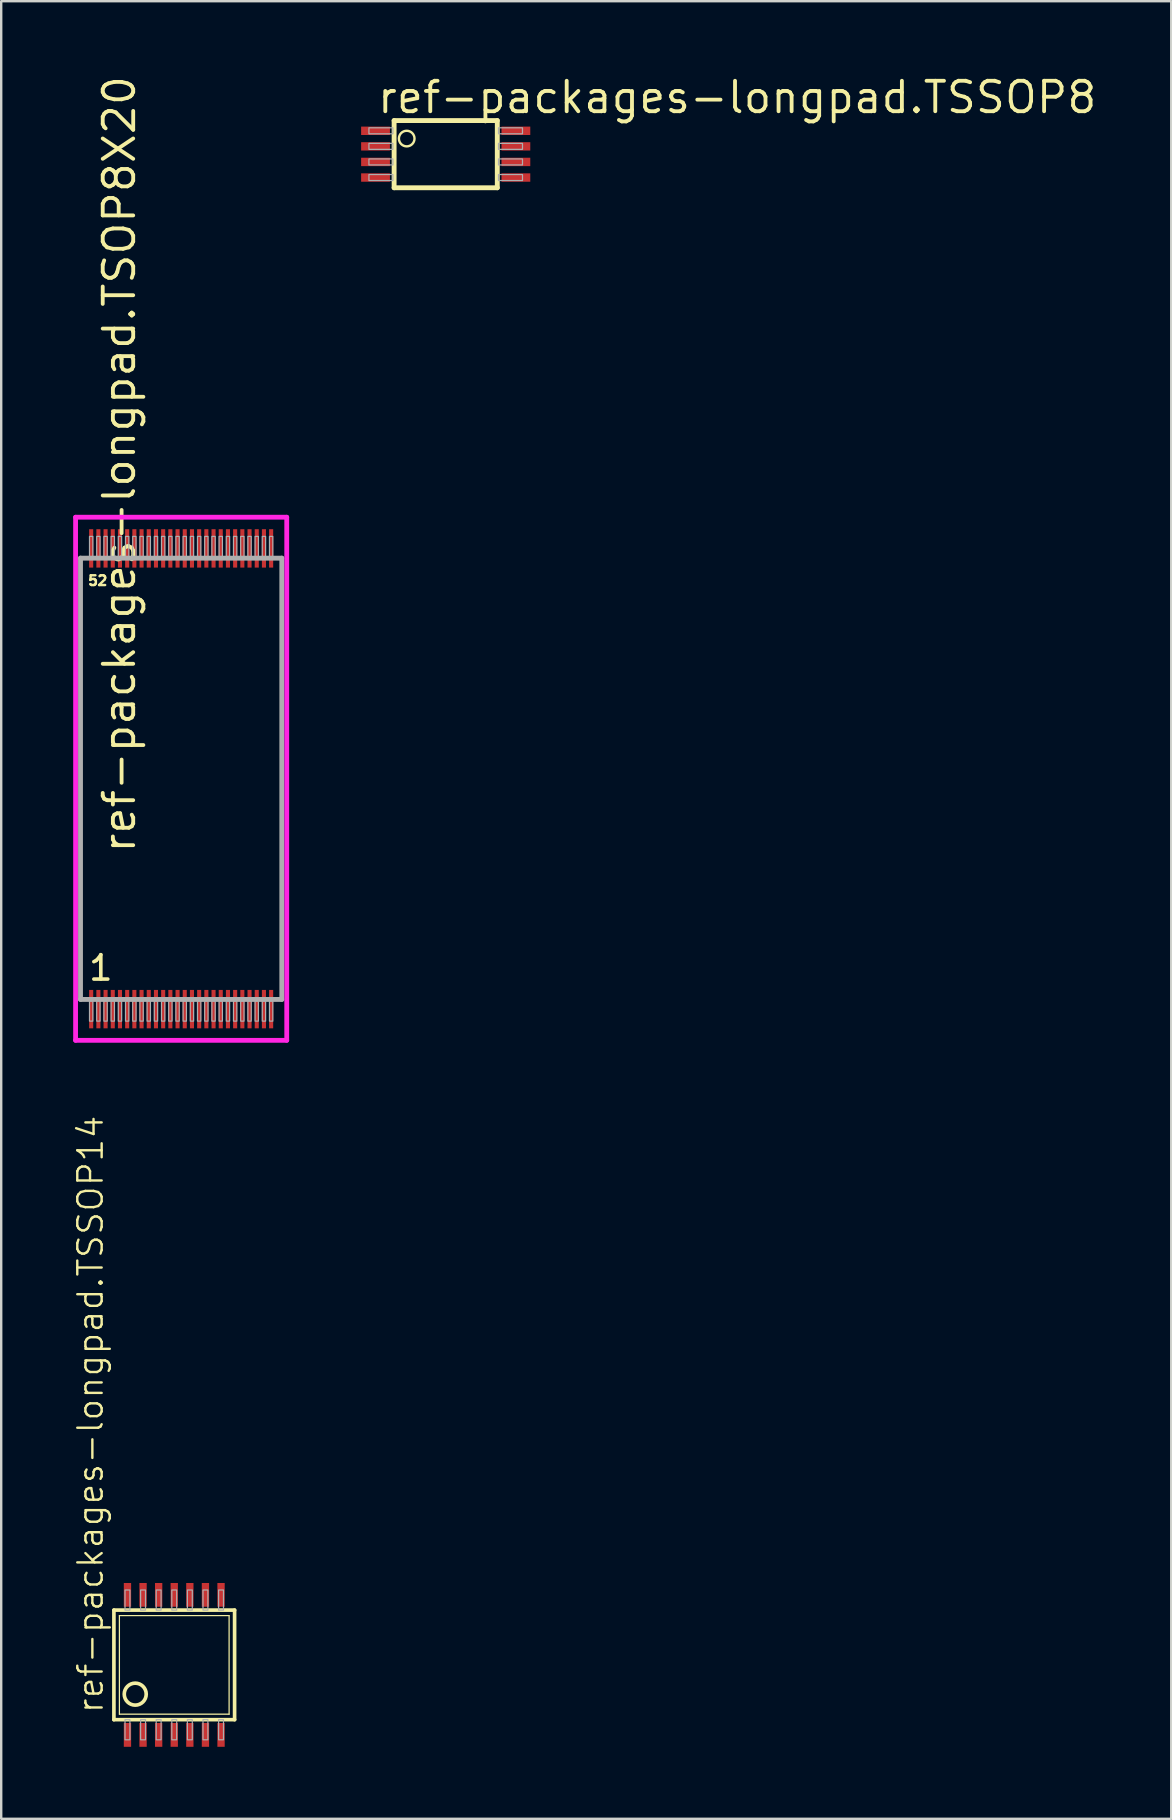
<source format=kicad_pcb>
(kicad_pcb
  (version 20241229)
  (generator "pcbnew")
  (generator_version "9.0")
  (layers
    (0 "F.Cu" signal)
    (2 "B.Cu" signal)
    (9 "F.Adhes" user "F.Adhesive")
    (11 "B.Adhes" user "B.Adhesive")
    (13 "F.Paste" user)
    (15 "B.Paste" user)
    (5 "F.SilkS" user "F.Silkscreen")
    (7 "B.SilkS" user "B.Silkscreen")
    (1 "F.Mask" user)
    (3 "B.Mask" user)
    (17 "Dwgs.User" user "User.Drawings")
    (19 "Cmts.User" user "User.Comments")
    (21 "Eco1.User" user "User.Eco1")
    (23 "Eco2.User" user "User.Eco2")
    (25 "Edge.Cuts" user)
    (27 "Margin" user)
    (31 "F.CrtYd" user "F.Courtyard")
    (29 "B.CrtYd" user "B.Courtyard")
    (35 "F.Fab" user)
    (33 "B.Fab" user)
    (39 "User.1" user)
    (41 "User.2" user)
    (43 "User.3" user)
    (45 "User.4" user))
  (footprint "ref-packages-longpad.TSSOP14"
    (layer "F.Cu")
    (at 4.212 66.336)
    (property "Reference" "ref-packages-longpad.TSSOP14" (at -2.896 2.083 90) (layer "F.SilkS") (effects (font (size 1.016 1.016) (thickness 0.1)) (justify left bottom)))
    (attr smd)
    (fp_line (start -2.515 2.283) (end -2.515 -2.283) (stroke (width 0.152) (type default)) (layer "F.SilkS"))
    (fp_line (start -2.515 2.283) (end 2.515 2.283) (stroke (width 0.152) (type default)) (layer "F.SilkS"))
    (fp_line (start -2.286 2.054) (end -2.286 -2.054) (stroke (width 0.051) (type default)) (layer "F.SilkS"))
    (fp_line (start -2.286 2.054) (end 2.286 2.054) (stroke (width 0.051) (type default)) (layer "F.SilkS"))
    (fp_line (start 2.286 -2.054) (end -2.286 -2.054) (stroke (width 0.051) (type default)) (layer "F.SilkS"))
    (fp_line (start 2.286 -2.054) (end 2.286 2.054) (stroke (width 0.051) (type default)) (layer "F.SilkS"))
    (fp_line (start 2.515 -2.283) (end -2.515 -2.283) (stroke (width 0.152) (type default)) (layer "F.SilkS"))
    (fp_line (start 2.515 -2.283) (end 2.515 2.283) (stroke (width 0.152) (type default)) (layer "F.SilkS"))
    (fp_circle (center -1.626 1.219) (end -1.168 1.219) (stroke (width 0.152) (type default)) (fill no) (layer "F.SilkS"))
    (fp_rect (start -2.052 -2.283) (end -1.848 -3.121) (stroke (width 0.05) (type default)) (fill no) (layer "F.Fab"))
    (fp_rect (start -2.052 3.121) (end -1.848 2.283) (stroke (width 0.05) (type default)) (fill no) (layer "F.Fab"))
    (fp_rect (start -1.402 -2.283) (end -1.198 -3.121) (stroke (width 0.05) (type default)) (fill no) (layer "F.Fab"))
    (fp_rect (start -1.402 3.121) (end -1.198 2.283) (stroke (width 0.05) (type default)) (fill no) (layer "F.Fab"))
    (fp_rect (start -0.752 -2.283) (end -0.548 -3.121) (stroke (width 0.05) (type default)) (fill no) (layer "F.Fab"))
    (fp_rect (start -0.752 3.121) (end -0.548 2.283) (stroke (width 0.05) (type default)) (fill no) (layer "F.Fab"))
    (fp_rect (start -0.102 -2.283) (end 0.102 -3.121) (stroke (width 0.05) (type default)) (fill no) (layer "F.Fab"))
    (fp_rect (start -0.102 3.121) (end 0.102 2.283) (stroke (width 0.05) (type default)) (fill no) (layer "F.Fab"))
    (fp_rect (start 0.548 -2.283) (end 0.752 -3.121) (stroke (width 0.05) (type default)) (fill no) (layer "F.Fab"))
    (fp_rect (start 0.548 3.121) (end 0.752 2.283) (stroke (width 0.05) (type default)) (fill no) (layer "F.Fab"))
    (fp_rect (start 1.198 -2.283) (end 1.402 -3.121) (stroke (width 0.05) (type default)) (fill no) (layer "F.Fab"))
    (fp_rect (start 1.198 3.121) (end 1.402 2.283) (stroke (width 0.05) (type default)) (fill no) (layer "F.Fab"))
    (fp_rect (start 1.848 -2.283) (end 2.052 -3.121) (stroke (width 0.05) (type default)) (fill no) (layer "F.Fab"))
    (fp_rect (start 1.848 3.121) (end 2.052 2.283) (stroke (width 0.05) (type default)) (fill no) (layer "F.Fab"))
    (pad "1" smd roundrect (at -1.95 2.918) (size 0.305 0.991) (layers "F.Cu" "F.Mask" "F.Paste") (roundrect_rratio 0.01))
    (pad "2" smd roundrect (at -1.3 2.918) (size 0.305 0.991) (layers "F.Cu" "F.Mask" "F.Paste") (roundrect_rratio 0.01))
    (pad "3" smd roundrect (at -0.65 2.918) (size 0.305 0.991) (layers "F.Cu" "F.Mask" "F.Paste") (roundrect_rratio 0.01))
    (pad "4" smd roundrect (at 0 2.918) (size 0.305 0.991) (layers "F.Cu" "F.Mask" "F.Paste") (roundrect_rratio 0.01))
    (pad "5" smd roundrect (at 0.65 2.918) (size 0.305 0.991) (layers "F.Cu" "F.Mask" "F.Paste") (roundrect_rratio 0.01))
    (pad "6" smd roundrect (at 1.3 2.918) (size 0.305 0.991) (layers "F.Cu" "F.Mask" "F.Paste") (roundrect_rratio 0.01))
    (pad "7" smd roundrect (at 1.95 2.918) (size 0.305 0.991) (layers "F.Cu" "F.Mask" "F.Paste") (roundrect_rratio 0.01))
    (pad "8" smd roundrect (at 1.95 -2.918) (size 0.305 0.991) (layers "F.Cu" "F.Mask" "F.Paste") (roundrect_rratio 0.01))
    (pad "9" smd roundrect (at 1.3 -2.918) (size 0.305 0.991) (layers "F.Cu" "F.Mask" "F.Paste") (roundrect_rratio 0.01))
    (pad "10" smd roundrect (at 0.65 -2.918) (size 0.305 0.991) (layers "F.Cu" "F.Mask" "F.Paste") (roundrect_rratio 0.01))
    (pad "11" smd roundrect (at 0 -2.918) (size 0.305 0.991) (layers "F.Cu" "F.Mask" "F.Paste") (roundrect_rratio 0.01))
    (pad "12" smd roundrect (at -0.65 -2.918) (size 0.305 0.991) (layers "F.Cu" "F.Mask" "F.Paste") (roundrect_rratio 0.01))
    (pad "13" smd roundrect (at -1.3 -2.918) (size 0.305 0.991) (layers "F.Cu" "F.Mask" "F.Paste") (roundrect_rratio 0.01))
    (pad "14" smd roundrect (at -1.95 -2.918) (size 0.305 0.991) (layers "F.Cu" "F.Mask" "F.Paste") (roundrect_rratio 0.01)))
  (footprint "ref-packages-longpad.TSSOP8"
    (layer "F.Cu")
    (at 15.525 3.375)
    (property "Reference" "ref-packages-longpad.TSSOP8" (at -2.925 -1.625 0) (layer "F.SilkS") (effects (font (size 1.27 1.27) (thickness 0.16)) (justify left bottom)))
    (attr smd)
    (fp_line (start -2.15 -1.4) (end -2.15 1.4) (stroke (width 0.203) (type default)) (layer "F.SilkS"))
    (fp_line (start -2.15 1.4) (end 2.15 1.4) (stroke (width 0.203) (type default)) (layer "F.SilkS"))
    (fp_line (start 2.15 -1.4) (end -2.15 -1.4) (stroke (width 0.203) (type default)) (layer "F.SilkS"))
    (fp_line (start 2.15 1.4) (end 2.15 -1.4) (stroke (width 0.203) (type default)) (layer "F.SilkS"))
    (fp_circle (center -1.625 -0.65) (end -1.3 -0.65) (stroke (width 0.1) (type default)) (fill no) (layer "F.SilkS"))
    (fp_rect (start -3.2 -0.85) (end -2.2 -1.1) (stroke (width 0.05) (type default)) (fill no) (layer "F.Fab"))
    (fp_rect (start -3.2 -0.2) (end -2.2 -0.45) (stroke (width 0.05) (type default)) (fill no) (layer "F.Fab"))
    (fp_rect (start -3.2 0.45) (end -2.2 0.2) (stroke (width 0.05) (type default)) (fill no) (layer "F.Fab"))
    (fp_rect (start -3.2 1.1) (end -2.2 0.85) (stroke (width 0.05) (type default)) (fill no) (layer "F.Fab"))
    (fp_rect (start 2.2 -0.85) (end 3.2 -1.1) (stroke (width 0.05) (type default)) (fill no) (layer "F.Fab"))
    (fp_rect (start 2.2 -0.2) (end 3.2 -0.45) (stroke (width 0.05) (type default)) (fill no) (layer "F.Fab"))
    (fp_rect (start 2.2 0.45) (end 3.2 0.2) (stroke (width 0.05) (type default)) (fill no) (layer "F.Fab"))
    (fp_rect (start 2.2 1.1) (end 3.2 0.85) (stroke (width 0.05) (type default)) (fill no) (layer "F.Fab"))
    (pad "1" smd roundrect (at -2.925 -0.975) (size 1.2 0.35) (layers "F.Cu" "F.Mask" "F.Paste") (roundrect_rratio 0.01))
    (pad "2" smd roundrect (at -2.925 -0.325) (size 1.2 0.35) (layers "F.Cu" "F.Mask" "F.Paste") (roundrect_rratio 0.01))
    (pad "3" smd roundrect (at -2.925 0.325) (size 1.2 0.35) (layers "F.Cu" "F.Mask" "F.Paste") (roundrect_rratio 0.01))
    (pad "4" smd roundrect (at -2.925 0.975) (size 1.2 0.35) (layers "F.Cu" "F.Mask" "F.Paste") (roundrect_rratio 0.01))
    (pad "5" smd roundrect (at 2.925 0.975) (size 1.2 0.35) (layers "F.Cu" "F.Mask" "F.Paste") (roundrect_rratio 0.01))
    (pad "6" smd roundrect (at 2.925 0.325) (size 1.2 0.35) (layers "F.Cu" "F.Mask" "F.Paste") (roundrect_rratio 0.01))
    (pad "7" smd roundrect (at 2.925 -0.325) (size 1.2 0.35) (layers "F.Cu" "F.Mask" "F.Paste") (roundrect_rratio 0.01))
    (pad "8" smd roundrect (at 2.925 -0.975) (size 1.2 0.35) (layers "F.Cu" "F.Mask" "F.Paste") (roundrect_rratio 0.01)))
  (footprint "ref-packages-longpad.TSOP8X20"
    (layer "F.Cu")
    (at 4.5 29.406)
    (property "Reference" "ref-packages-longpad.TSOP8X20" (at -1.835 3.175 90) (layer "F.SilkS") (effects (font (size 1.27 1.27) (thickness 0.16)) (justify left bottom)))
    (attr smd)
    (fp_line (start -4.4 -10.9) (end 4.4 -10.9) (stroke (width 0.2) (type default)) (layer "F.CrtYd"))
    (fp_line (start -4.4 10.9) (end -4.4 -10.9) (stroke (width 0.2) (type default)) (layer "F.CrtYd"))
    (fp_line (start 4.4 -10.9) (end 4.4 10.9) (stroke (width 0.2) (type default)) (layer "F.CrtYd"))
    (fp_line (start 4.4 10.9) (end -4.4 10.9) (stroke (width 0.2) (type default)) (layer "F.CrtYd"))
    (fp_line (start -4.195 -9.195) (end 4.195 -9.195) (stroke (width 0.203) (type default)) (layer "F.Fab"))
    (fp_line (start -4.195 9.195) (end -4.195 -9.195) (stroke (width 0.203) (type default)) (layer "F.Fab"))
    (fp_line (start 4.195 -9.195) (end 4.195 9.195) (stroke (width 0.203) (type default)) (layer "F.Fab"))
    (fp_line (start 4.195 9.195) (end -4.195 9.195) (stroke (width 0.203) (type default)) (layer "F.Fab"))
    (fp_rect (start -3.82 -9.25) (end -3.68 -10.1) (stroke (width 0.05) (type default)) (fill no) (layer "F.Fab"))
    (fp_rect (start -3.82 10.1) (end -3.68 9.25) (stroke (width 0.05) (type default)) (fill no) (layer "F.Fab"))
    (fp_rect (start -3.52 -9.25) (end -3.38 -10.1) (stroke (width 0.05) (type default)) (fill no) (layer "F.Fab"))
    (fp_rect (start -3.52 10.1) (end -3.38 9.25) (stroke (width 0.05) (type default)) (fill no) (layer "F.Fab"))
    (fp_rect (start -3.22 -9.25) (end -3.08 -10.1) (stroke (width 0.05) (type default)) (fill no) (layer "F.Fab"))
    (fp_rect (start -3.22 10.1) (end -3.08 9.25) (stroke (width 0.05) (type default)) (fill no) (layer "F.Fab"))
    (fp_rect (start -2.92 -9.25) (end -2.78 -10.1) (stroke (width 0.05) (type default)) (fill no) (layer "F.Fab"))
    (fp_rect (start -2.92 10.1) (end -2.78 9.25) (stroke (width 0.05) (type default)) (fill no) (layer "F.Fab"))
    (fp_rect (start -2.62 -9.25) (end -2.48 -10.1) (stroke (width 0.05) (type default)) (fill no) (layer "F.Fab"))
    (fp_rect (start -2.62 10.1) (end -2.48 9.25) (stroke (width 0.05) (type default)) (fill no) (layer "F.Fab"))
    (fp_rect (start -2.32 -9.25) (end -2.18 -10.1) (stroke (width 0.05) (type default)) (fill no) (layer "F.Fab"))
    (fp_rect (start -2.32 10.1) (end -2.18 9.25) (stroke (width 0.05) (type default)) (fill no) (layer "F.Fab"))
    (fp_rect (start -2.02 -9.25) (end -1.88 -10.1) (stroke (width 0.05) (type default)) (fill no) (layer "F.Fab"))
    (fp_rect (start -2.02 10.1) (end -1.88 9.25) (stroke (width 0.05) (type default)) (fill no) (layer "F.Fab"))
    (fp_rect (start -1.72 -9.25) (end -1.58 -10.1) (stroke (width 0.05) (type default)) (fill no) (layer "F.Fab"))
    (fp_rect (start -1.72 10.1) (end -1.58 9.25) (stroke (width 0.05) (type default)) (fill no) (layer "F.Fab"))
    (fp_rect (start -1.42 -9.25) (end -1.28 -10.1) (stroke (width 0.05) (type default)) (fill no) (layer "F.Fab"))
    (fp_rect (start -1.42 10.1) (end -1.28 9.25) (stroke (width 0.05) (type default)) (fill no) (layer "F.Fab"))
    (fp_rect (start -1.12 -9.25) (end -0.98 -10.1) (stroke (width 0.05) (type default)) (fill no) (layer "F.Fab"))
    (fp_rect (start -1.12 10.1) (end -0.98 9.25) (stroke (width 0.05) (type default)) (fill no) (layer "F.Fab"))
    (fp_rect (start -0.82 -9.25) (end -0.68 -10.1) (stroke (width 0.05) (type default)) (fill no) (layer "F.Fab"))
    (fp_rect (start -0.82 10.1) (end -0.68 9.25) (stroke (width 0.05) (type default)) (fill no) (layer "F.Fab"))
    (fp_rect (start -0.52 -9.25) (end -0.38 -10.1) (stroke (width 0.05) (type default)) (fill no) (layer "F.Fab"))
    (fp_rect (start -0.52 10.1) (end -0.38 9.25) (stroke (width 0.05) (type default)) (fill no) (layer "F.Fab"))
    (fp_rect (start -0.22 -9.25) (end -0.08 -10.1) (stroke (width 0.05) (type default)) (fill no) (layer "F.Fab"))
    (fp_rect (start -0.22 10.1) (end -0.08 9.25) (stroke (width 0.05) (type default)) (fill no) (layer "F.Fab"))
    (fp_rect (start 0.08 -9.25) (end 0.22 -10.1) (stroke (width 0.05) (type default)) (fill no) (layer "F.Fab"))
    (fp_rect (start 0.08 10.1) (end 0.22 9.25) (stroke (width 0.05) (type default)) (fill no) (layer "F.Fab"))
    (fp_rect (start 0.38 -9.25) (end 0.52 -10.1) (stroke (width 0.05) (type default)) (fill no) (layer "F.Fab"))
    (fp_rect (start 0.38 10.1) (end 0.52 9.25) (stroke (width 0.05) (type default)) (fill no) (layer "F.Fab"))
    (fp_rect (start 0.68 -9.25) (end 0.82 -10.1) (stroke (width 0.05) (type default)) (fill no) (layer "F.Fab"))
    (fp_rect (start 0.68 10.1) (end 0.82 9.25) (stroke (width 0.05) (type default)) (fill no) (layer "F.Fab"))
    (fp_rect (start 0.98 -9.25) (end 1.12 -10.1) (stroke (width 0.05) (type default)) (fill no) (layer "F.Fab"))
    (fp_rect (start 0.98 10.1) (end 1.12 9.25) (stroke (width 0.05) (type default)) (fill no) (layer "F.Fab"))
    (fp_rect (start 1.28 -9.25) (end 1.42 -10.1) (stroke (width 0.05) (type default)) (fill no) (layer "F.Fab"))
    (fp_rect (start 1.28 10.1) (end 1.42 9.25) (stroke (width 0.05) (type default)) (fill no) (layer "F.Fab"))
    (fp_rect (start 1.58 -9.25) (end 1.72 -10.1) (stroke (width 0.05) (type default)) (fill no) (layer "F.Fab"))
    (fp_rect (start 1.58 10.1) (end 1.72 9.25) (stroke (width 0.05) (type default)) (fill no) (layer "F.Fab"))
    (fp_rect (start 1.88 -9.25) (end 2.02 -10.1) (stroke (width 0.05) (type default)) (fill no) (layer "F.Fab"))
    (fp_rect (start 1.88 10.1) (end 2.02 9.25) (stroke (width 0.05) (type default)) (fill no) (layer "F.Fab"))
    (fp_rect (start 2.18 -9.25) (end 2.32 -10.1) (stroke (width 0.05) (type default)) (fill no) (layer "F.Fab"))
    (fp_rect (start 2.18 10.1) (end 2.32 9.25) (stroke (width 0.05) (type default)) (fill no) (layer "F.Fab"))
    (fp_rect (start 2.48 -9.25) (end 2.62 -10.1) (stroke (width 0.05) (type default)) (fill no) (layer "F.Fab"))
    (fp_rect (start 2.48 10.1) (end 2.62 9.25) (stroke (width 0.05) (type default)) (fill no) (layer "F.Fab"))
    (fp_rect (start 2.78 -9.25) (end 2.92 -10.1) (stroke (width 0.05) (type default)) (fill no) (layer "F.Fab"))
    (fp_rect (start 2.78 10.1) (end 2.92 9.25) (stroke (width 0.05) (type default)) (fill no) (layer "F.Fab"))
    (fp_rect (start 3.08 -9.25) (end 3.22 -10.1) (stroke (width 0.05) (type default)) (fill no) (layer "F.Fab"))
    (fp_rect (start 3.08 10.1) (end 3.22 9.25) (stroke (width 0.05) (type default)) (fill no) (layer "F.Fab"))
    (fp_rect (start 3.38 -9.25) (end 3.52 -10.1) (stroke (width 0.05) (type default)) (fill no) (layer "F.Fab"))
    (fp_rect (start 3.38 10.1) (end 3.52 9.25) (stroke (width 0.05) (type default)) (fill no) (layer "F.Fab"))
    (fp_rect (start 3.68 -9.25) (end 3.82 -10.1) (stroke (width 0.05) (type default)) (fill no) (layer "F.Fab"))
    (fp_rect (start 3.68 10.1) (end 3.82 9.25) (stroke (width 0.05) (type default)) (fill no) (layer "F.Fab"))
    (fp_text user "52" (at -3.931 -8.02 0) (layer "F.SilkS") (effects (font (size 0.406 0.406) (thickness 0.15)) (justify left bottom)))
    (fp_text user "1" (at -3.931 8.48 0) (layer "F.SilkS") (effects (font (size 1.016 1.016) (thickness 0.15)) (justify left bottom)))
    (pad "1" smd roundrect (at -3.75 9.6) (size 0.17 1.6) (layers "F.Cu" "F.Mask" "F.Paste") (roundrect_rratio 0.01))
    (pad "2" smd roundrect (at -3.45 9.6) (size 0.17 1.6) (layers "F.Cu" "F.Mask" "F.Paste") (roundrect_rratio 0.01))
    (pad "3" smd roundrect (at -3.15 9.6) (size 0.17 1.6) (layers "F.Cu" "F.Mask" "F.Paste") (roundrect_rratio 0.01))
    (pad "4" smd roundrect (at -2.85 9.6) (size 0.17 1.6) (layers "F.Cu" "F.Mask" "F.Paste") (roundrect_rratio 0.01))
    (pad "5" smd roundrect (at -2.55 9.6) (size 0.17 1.6) (layers "F.Cu" "F.Mask" "F.Paste") (roundrect_rratio 0.01))
    (pad "6" smd roundrect (at -2.25 9.6) (size 0.17 1.6) (layers "F.Cu" "F.Mask" "F.Paste") (roundrect_rratio 0.01))
    (pad "7" smd roundrect (at -1.95 9.6) (size 0.17 1.6) (layers "F.Cu" "F.Mask" "F.Paste") (roundrect_rratio 0.01))
    (pad "8" smd roundrect (at -1.65 9.6) (size 0.17 1.6) (layers "F.Cu" "F.Mask" "F.Paste") (roundrect_rratio 0.01))
    (pad "9" smd roundrect (at -1.35 9.6) (size 0.17 1.6) (layers "F.Cu" "F.Mask" "F.Paste") (roundrect_rratio 0.01))
    (pad "10" smd roundrect (at -1.05 9.6) (size 0.17 1.6) (layers "F.Cu" "F.Mask" "F.Paste") (roundrect_rratio 0.01))
    (pad "11" smd roundrect (at -0.75 9.6) (size 0.17 1.6) (layers "F.Cu" "F.Mask" "F.Paste") (roundrect_rratio 0.01))
    (pad "12" smd roundrect (at -0.45 9.6) (size 0.17 1.6) (layers "F.Cu" "F.Mask" "F.Paste") (roundrect_rratio 0.01))
    (pad "13" smd roundrect (at -0.15 9.6) (size 0.17 1.6) (layers "F.Cu" "F.Mask" "F.Paste") (roundrect_rratio 0.01))
    (pad "14" smd roundrect (at 0.15 9.6) (size 0.17 1.6) (layers "F.Cu" "F.Mask" "F.Paste") (roundrect_rratio 0.01))
    (pad "15" smd roundrect (at 0.45 9.6) (size 0.17 1.6) (layers "F.Cu" "F.Mask" "F.Paste") (roundrect_rratio 0.01))
    (pad "16" smd roundrect (at 0.75 9.6) (size 0.17 1.6) (layers "F.Cu" "F.Mask" "F.Paste") (roundrect_rratio 0.01))
    (pad "17" smd roundrect (at 1.05 9.6) (size 0.17 1.6) (layers "F.Cu" "F.Mask" "F.Paste") (roundrect_rratio 0.01))
    (pad "18" smd roundrect (at 1.35 9.6) (size 0.17 1.6) (layers "F.Cu" "F.Mask" "F.Paste") (roundrect_rratio 0.01))
    (pad "19" smd roundrect (at 1.65 9.6) (size 0.17 1.6) (layers "F.Cu" "F.Mask" "F.Paste") (roundrect_rratio 0.01))
    (pad "20" smd roundrect (at 1.95 9.6) (size 0.17 1.6) (layers "F.Cu" "F.Mask" "F.Paste") (roundrect_rratio 0.01))
    (pad "21" smd roundrect (at 2.25 9.6) (size 0.17 1.6) (layers "F.Cu" "F.Mask" "F.Paste") (roundrect_rratio 0.01))
    (pad "22" smd roundrect (at 2.55 9.6) (size 0.17 1.6) (layers "F.Cu" "F.Mask" "F.Paste") (roundrect_rratio 0.01))
    (pad "23" smd roundrect (at 2.85 9.6) (size 0.17 1.6) (layers "F.Cu" "F.Mask" "F.Paste") (roundrect_rratio 0.01))
    (pad "24" smd roundrect (at 3.15 9.6) (size 0.17 1.6) (layers "F.Cu" "F.Mask" "F.Paste") (roundrect_rratio 0.01))
    (pad "25" smd roundrect (at 3.45 9.6) (size 0.17 1.6) (layers "F.Cu" "F.Mask" "F.Paste") (roundrect_rratio 0.01))
    (pad "26" smd roundrect (at 3.75 9.6) (size 0.17 1.6) (layers "F.Cu" "F.Mask" "F.Paste") (roundrect_rratio 0.01))
    (pad "27" smd roundrect (at 3.75 -9.6) (size 0.17 1.6) (layers "F.Cu" "F.Mask" "F.Paste") (roundrect_rratio 0.01))
    (pad "28" smd roundrect (at 3.45 -9.6) (size 0.17 1.6) (layers "F.Cu" "F.Mask" "F.Paste") (roundrect_rratio 0.01))
    (pad "29" smd roundrect (at 3.15 -9.6) (size 0.17 1.6) (layers "F.Cu" "F.Mask" "F.Paste") (roundrect_rratio 0.01))
    (pad "30" smd roundrect (at 2.85 -9.6) (size 0.17 1.6) (layers "F.Cu" "F.Mask" "F.Paste") (roundrect_rratio 0.01))
    (pad "31" smd roundrect (at 2.55 -9.6) (size 0.17 1.6) (layers "F.Cu" "F.Mask" "F.Paste") (roundrect_rratio 0.01))
    (pad "32" smd roundrect (at 2.25 -9.6) (size 0.17 1.6) (layers "F.Cu" "F.Mask" "F.Paste") (roundrect_rratio 0.01))
    (pad "33" smd roundrect (at 1.95 -9.6) (size 0.17 1.6) (layers "F.Cu" "F.Mask" "F.Paste") (roundrect_rratio 0.01))
    (pad "34" smd roundrect (at 1.65 -9.6) (size 0.17 1.6) (layers "F.Cu" "F.Mask" "F.Paste") (roundrect_rratio 0.01))
    (pad "35" smd roundrect (at 1.35 -9.6) (size 0.17 1.6) (layers "F.Cu" "F.Mask" "F.Paste") (roundrect_rratio 0.01))
    (pad "36" smd roundrect (at 1.05 -9.6) (size 0.17 1.6) (layers "F.Cu" "F.Mask" "F.Paste") (roundrect_rratio 0.01))
    (pad "37" smd roundrect (at 0.75 -9.6) (size 0.17 1.6) (layers "F.Cu" "F.Mask" "F.Paste") (roundrect_rratio 0.01))
    (pad "38" smd roundrect (at 0.45 -9.6) (size 0.17 1.6) (layers "F.Cu" "F.Mask" "F.Paste") (roundrect_rratio 0.01))
    (pad "39" smd roundrect (at 0.15 -9.6) (size 0.17 1.6) (layers "F.Cu" "F.Mask" "F.Paste") (roundrect_rratio 0.01))
    (pad "40" smd roundrect (at -0.15 -9.6) (size 0.17 1.6) (layers "F.Cu" "F.Mask" "F.Paste") (roundrect_rratio 0.01))
    (pad "41" smd roundrect (at -0.45 -9.6) (size 0.17 1.6) (layers "F.Cu" "F.Mask" "F.Paste") (roundrect_rratio 0.01))
    (pad "42" smd roundrect (at -0.75 -9.6) (size 0.17 1.6) (layers "F.Cu" "F.Mask" "F.Paste") (roundrect_rratio 0.01))
    (pad "43" smd roundrect (at -1.05 -9.6) (size 0.17 1.6) (layers "F.Cu" "F.Mask" "F.Paste") (roundrect_rratio 0.01))
    (pad "44" smd roundrect (at -1.35 -9.6) (size 0.17 1.6) (layers "F.Cu" "F.Mask" "F.Paste") (roundrect_rratio 0.01))
    (pad "45" smd roundrect (at -1.65 -9.6) (size 0.17 1.6) (layers "F.Cu" "F.Mask" "F.Paste") (roundrect_rratio 0.01))
    (pad "46" smd roundrect (at -1.95 -9.6) (size 0.17 1.6) (layers "F.Cu" "F.Mask" "F.Paste") (roundrect_rratio 0.01))
    (pad "47" smd roundrect (at -2.25 -9.6) (size 0.17 1.6) (layers "F.Cu" "F.Mask" "F.Paste") (roundrect_rratio 0.01))
    (pad "48" smd roundrect (at -2.55 -9.6) (size 0.17 1.6) (layers "F.Cu" "F.Mask" "F.Paste") (roundrect_rratio 0.01))
    (pad "49" smd roundrect (at -2.85 -9.6) (size 0.17 1.6) (layers "F.Cu" "F.Mask" "F.Paste") (roundrect_rratio 0.01))
    (pad "50" smd roundrect (at -3.15 -9.6) (size 0.17 1.6) (layers "F.Cu" "F.Mask" "F.Paste") (roundrect_rratio 0.01))
    (pad "51" smd roundrect (at -3.45 -9.6) (size 0.17 1.6) (layers "F.Cu" "F.Mask" "F.Paste") (roundrect_rratio 0.01))
    (pad "52" smd roundrect (at -3.75 -9.6) (size 0.17 1.6) (layers "F.Cu" "F.Mask" "F.Paste") (roundrect_rratio 0.01)))
  (gr_rect
    (start -3 -3)
    (end 45.762 72.749)
    (stroke (width 0.1) (type default))
    (fill no)
    (layer "Edge.Cuts")))
</source>
